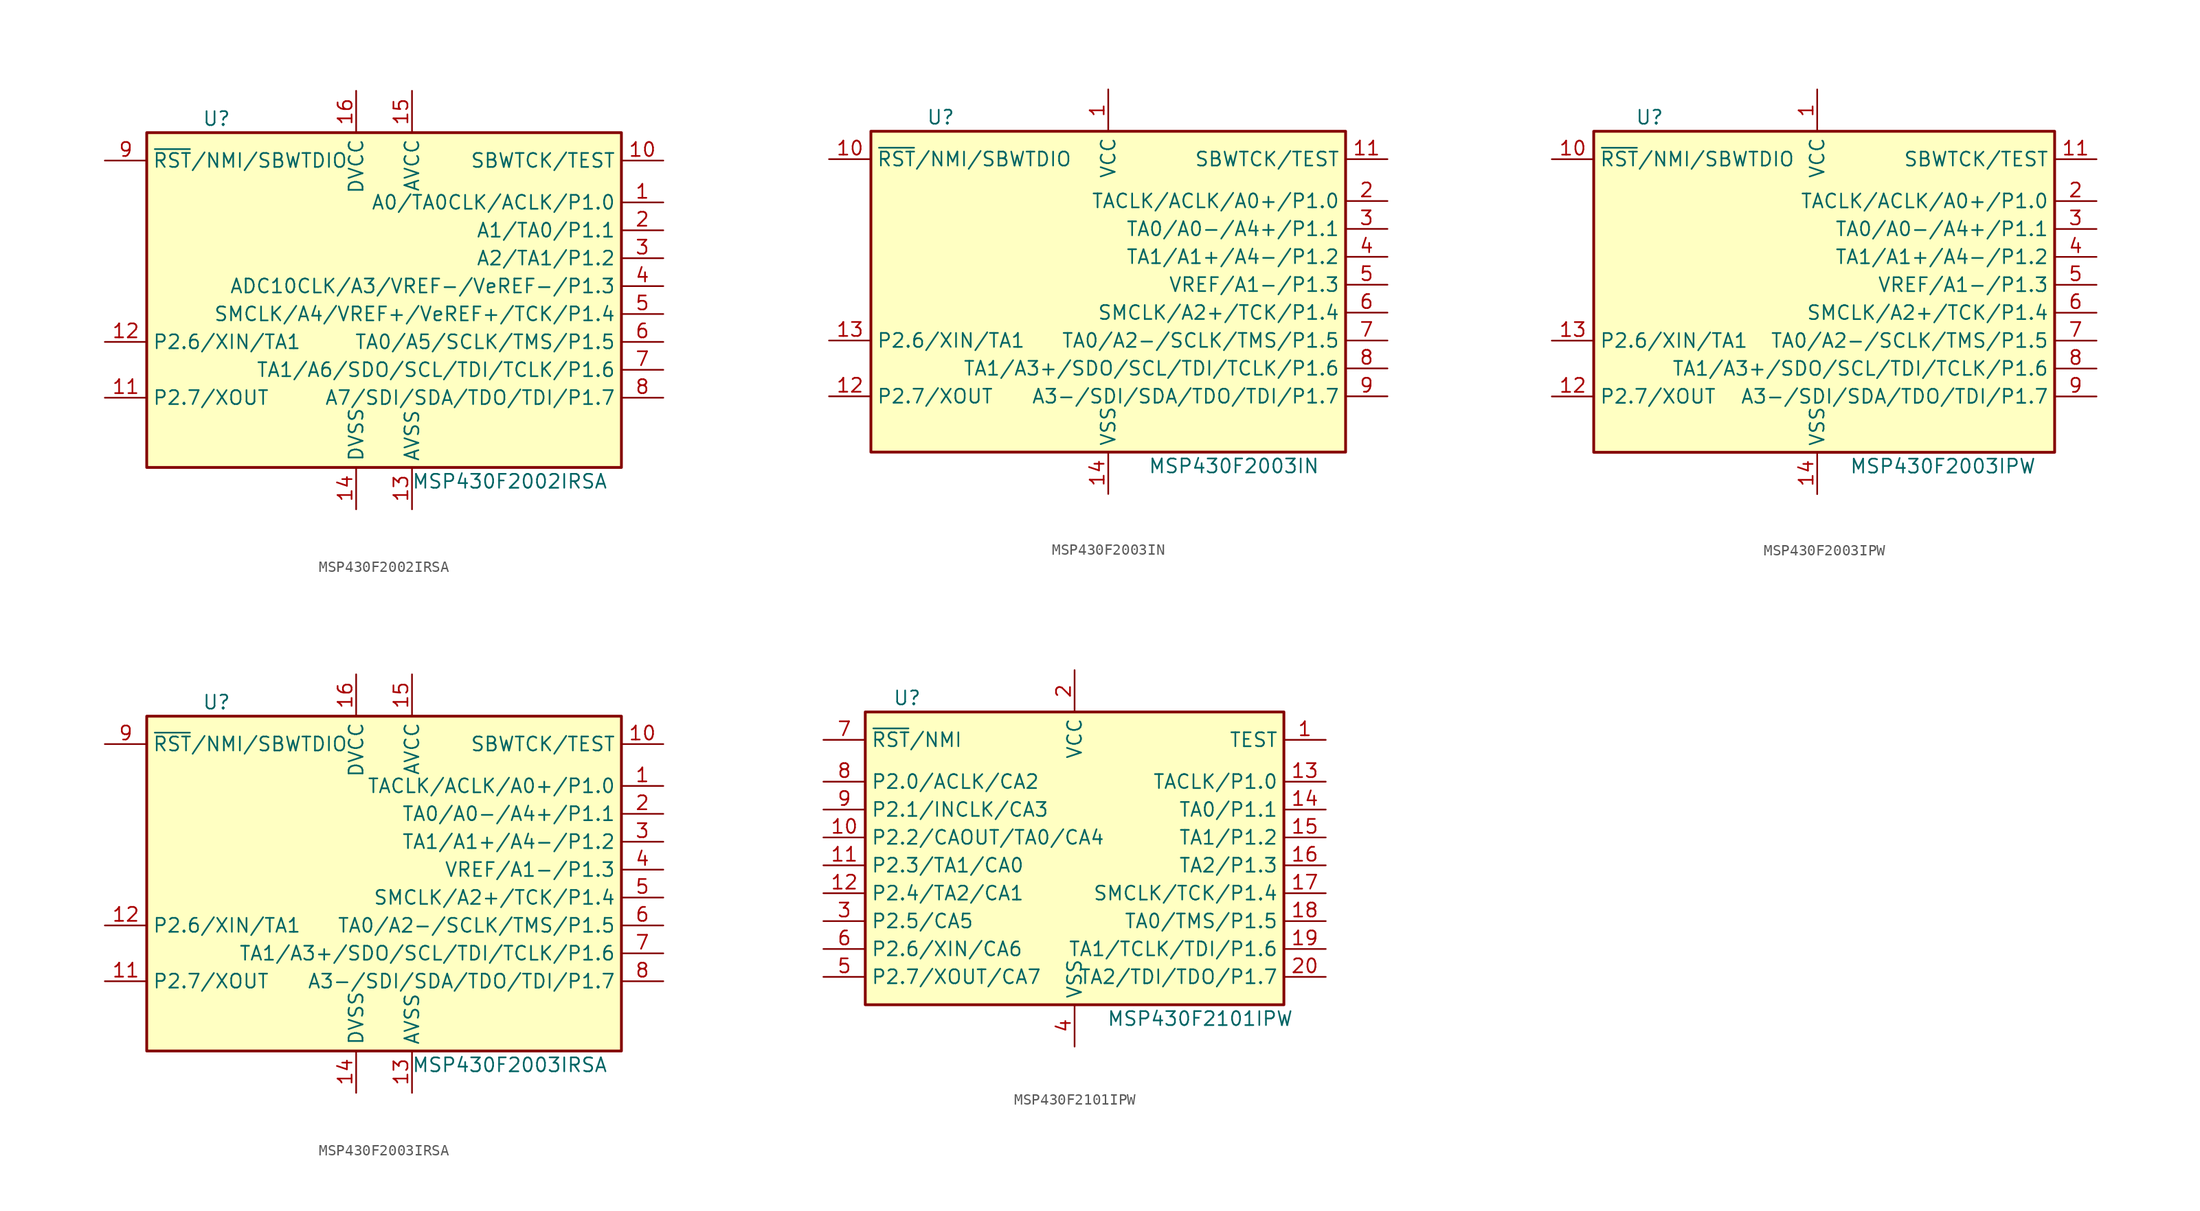
<source format=kicad_sym>
(kicad_symbol_lib
  (version 20201005)
  (generator kicad_symbol_editor)
  (symbol "MSP430F2002IRSA"
    (property "Reference" "U"
      (at -15.24 15.24 0)
      (effects (font (size 1.27 1.27))))
    (property "Value" "MSP430F2002IRSA"
      (at 11.43 -17.78 0)
      (effects (font (size 1.27 1.27))))
    (symbol "MSP430F2002IRSA_0_1"
      (rectangle (start -21.59 13.97) (end 21.59 -16.51) (stroke (width 0.254)) (fill (type background))))
    (symbol "MSP430F2002IRSA_1_1"
      (pin bidirectional line (at 25.4 7.62 180) (length 3.81) (name "A0/TA0CLK/ACLK/P1.0" (effects (font (size 1.27 1.27)))) (number "1" (effects (font (size 1.27 1.27)))))
      (pin input line (at 25.4 11.43 180) (length 3.81) (name "SBWTCK/TEST" (effects (font (size 1.27 1.27)))) (number "10" (effects (font (size 1.27 1.27)))))
      (pin bidirectional line (at -25.4 -10.16 0) (length 3.81) (name "P2.7/XOUT" (effects (font (size 1.27 1.27)))) (number "11" (effects (font (size 1.27 1.27)))))
      (pin bidirectional line (at -25.4 -5.08 0) (length 3.81) (name "P2.6/XIN/TA1" (effects (font (size 1.27 1.27)))) (number "12" (effects (font (size 1.27 1.27)))))
      (pin power_in line (at 2.54 -20.32 90) (length 3.81) (name "AVSS" (effects (font (size 1.27 1.27)))) (number "13" (effects (font (size 1.27 1.27)))))
      (pin power_in line (at -2.54 -20.32 90) (length 3.81) (name "DVSS" (effects (font (size 1.27 1.27)))) (number "14" (effects (font (size 1.27 1.27)))))
      (pin power_in line (at 2.54 17.78 270) (length 3.81) (name "AVCC" (effects (font (size 1.27 1.27)))) (number "15" (effects (font (size 1.27 1.27)))))
      (pin power_in line (at -2.54 17.78 270) (length 3.81) (name "DVCC" (effects (font (size 1.27 1.27)))) (number "16" (effects (font (size 1.27 1.27)))))
      (pin bidirectional line (at 25.4 5.08 180) (length 3.81) (name "A1/TA0/P1.1" (effects (font (size 1.27 1.27)))) (number "2" (effects (font (size 1.27 1.27)))))
      (pin bidirectional line (at 25.4 2.54 180) (length 3.81) (name "A2/TA1/P1.2" (effects (font (size 1.27 1.27)))) (number "3" (effects (font (size 1.27 1.27)))))
      (pin bidirectional line (at 25.4 0 180) (length 3.81) (name "ADC10CLK/A3/VREF-/VeREF-/P1.3" (effects (font (size 1.27 1.27)))) (number "4" (effects (font (size 1.27 1.27)))))
      (pin bidirectional line (at 25.4 -2.54 180) (length 3.81) (name "SMCLK/A4/VREF+/VeREF+/TCK/P1.4" (effects (font (size 1.27 1.27)))) (number "5" (effects (font (size 1.27 1.27)))))
      (pin bidirectional line (at 25.4 -5.08 180) (length 3.81) (name "TA0/A5/SCLK/TMS/P1.5" (effects (font (size 1.27 1.27)))) (number "6" (effects (font (size 1.27 1.27)))))
      (pin bidirectional line (at 25.4 -7.62 180) (length 3.81) (name "TA1/A6/SDO/SCL/TDI/TCLK/P1.6" (effects (font (size 1.27 1.27)))) (number "7" (effects (font (size 1.27 1.27)))))
      (pin bidirectional line (at 25.4 -10.16 180) (length 3.81) (name "A7/SDI/SDA/TDO/TDI/P1.7" (effects (font (size 1.27 1.27)))) (number "8" (effects (font (size 1.27 1.27)))))
      (pin input line (at -25.4 11.43 0) (length 3.81) (name "~RST~/NMI/SBWTDIO" (effects (font (size 1.27 1.27)))) (number "9" (effects (font (size 1.27 1.27)))))))
  (symbol "MSP430F2003IN"
    (property "Reference" "U"
      (at -15.24 15.24 0)
      (effects (font (size 1.27 1.27))))
    (property "Value" "MSP430F2003IN"
      (at 11.43 -16.51 0)
      (effects (font (size 1.27 1.27))))
    (symbol "MSP430F2003IN_0_1"
      (rectangle (start -21.59 13.97) (end 21.59 -15.24) (stroke (width 0.254)) (fill (type background))))
    (symbol "MSP430F2003IN_1_1"
      (pin power_in line (at 0 17.78 270) (length 3.81) (name "VCC" (effects (font (size 1.27 1.27)))) (number "1" (effects (font (size 1.27 1.27)))))
      (pin input line (at -25.4 11.43 0) (length 3.81) (name "~RST~/NMI/SBWTDIO" (effects (font (size 1.27 1.27)))) (number "10" (effects (font (size 1.27 1.27)))))
      (pin input line (at 25.4 11.43 180) (length 3.81) (name "SBWTCK/TEST" (effects (font (size 1.27 1.27)))) (number "11" (effects (font (size 1.27 1.27)))))
      (pin bidirectional line (at -25.4 -10.16 0) (length 3.81) (name "P2.7/XOUT" (effects (font (size 1.27 1.27)))) (number "12" (effects (font (size 1.27 1.27)))))
      (pin bidirectional line (at -25.4 -5.08 0) (length 3.81) (name "P2.6/XIN/TA1" (effects (font (size 1.27 1.27)))) (number "13" (effects (font (size 1.27 1.27)))))
      (pin power_in line (at 0 -19.05 90) (length 3.81) (name "VSS" (effects (font (size 1.27 1.27)))) (number "14" (effects (font (size 1.27 1.27)))))
      (pin bidirectional line (at 25.4 7.62 180) (length 3.81) (name "TACLK/ACLK/A0+/P1.0" (effects (font (size 1.27 1.27)))) (number "2" (effects (font (size 1.27 1.27)))))
      (pin bidirectional line (at 25.4 5.08 180) (length 3.81) (name "TA0/A0-/A4+/P1.1" (effects (font (size 1.27 1.27)))) (number "3" (effects (font (size 1.27 1.27)))))
      (pin bidirectional line (at 25.4 2.54 180) (length 3.81) (name "TA1/A1+/A4-/P1.2" (effects (font (size 1.27 1.27)))) (number "4" (effects (font (size 1.27 1.27)))))
      (pin bidirectional line (at 25.4 0 180) (length 3.81) (name "VREF/A1-/P1.3" (effects (font (size 1.27 1.27)))) (number "5" (effects (font (size 1.27 1.27)))))
      (pin bidirectional line (at 25.4 -2.54 180) (length 3.81) (name "SMCLK/A2+/TCK/P1.4" (effects (font (size 1.27 1.27)))) (number "6" (effects (font (size 1.27 1.27)))))
      (pin bidirectional line (at 25.4 -5.08 180) (length 3.81) (name "TA0/A2-/SCLK/TMS/P1.5" (effects (font (size 1.27 1.27)))) (number "7" (effects (font (size 1.27 1.27)))))
      (pin bidirectional line (at 25.4 -7.62 180) (length 3.81) (name "TA1/A3+/SDO/SCL/TDI/TCLK/P1.6" (effects (font (size 1.27 1.27)))) (number "8" (effects (font (size 1.27 1.27)))))
      (pin bidirectional line (at 25.4 -10.16 180) (length 3.81) (name "A3-/SDI/SDA/TDO/TDI/P1.7" (effects (font (size 1.27 1.27)))) (number "9" (effects (font (size 1.27 1.27)))))))
  (symbol "MSP430F2003IPW"
    (property "Reference" "U"
      (at -15.24 15.24 0)
      (effects (font (size 1.27 1.27))))
    (property "Value" "MSP430F2003IPW"
      (at 11.43 -16.51 0)
      (effects (font (size 1.27 1.27))))
    (symbol "MSP430F2003IPW_0_1"
      (rectangle (start -20.32 13.97) (end 21.59 -15.24) (stroke (width 0.254)) (fill (type background))))
    (symbol "MSP430F2003IPW_1_1"
      (pin power_in line (at 0 17.78 270) (length 3.81) (name "VCC" (effects (font (size 1.27 1.27)))) (number "1" (effects (font (size 1.27 1.27)))))
      (pin input line (at -24.13 11.43 0) (length 3.81) (name "~RST~/NMI/SBWTDIO" (effects (font (size 1.27 1.27)))) (number "10" (effects (font (size 1.27 1.27)))))
      (pin input line (at 25.4 11.43 180) (length 3.81) (name "SBWTCK/TEST" (effects (font (size 1.27 1.27)))) (number "11" (effects (font (size 1.27 1.27)))))
      (pin bidirectional line (at -24.13 -10.16 0) (length 3.81) (name "P2.7/XOUT" (effects (font (size 1.27 1.27)))) (number "12" (effects (font (size 1.27 1.27)))))
      (pin bidirectional line (at -24.13 -5.08 0) (length 3.81) (name "P2.6/XIN/TA1" (effects (font (size 1.27 1.27)))) (number "13" (effects (font (size 1.27 1.27)))))
      (pin power_in line (at 0 -19.05 90) (length 3.81) (name "VSS" (effects (font (size 1.27 1.27)))) (number "14" (effects (font (size 1.27 1.27)))))
      (pin bidirectional line (at 25.4 7.62 180) (length 3.81) (name "TACLK/ACLK/A0+/P1.0" (effects (font (size 1.27 1.27)))) (number "2" (effects (font (size 1.27 1.27)))))
      (pin bidirectional line (at 25.4 5.08 180) (length 3.81) (name "TA0/A0-/A4+/P1.1" (effects (font (size 1.27 1.27)))) (number "3" (effects (font (size 1.27 1.27)))))
      (pin bidirectional line (at 25.4 2.54 180) (length 3.81) (name "TA1/A1+/A4-/P1.2" (effects (font (size 1.27 1.27)))) (number "4" (effects (font (size 1.27 1.27)))))
      (pin bidirectional line (at 25.4 0 180) (length 3.81) (name "VREF/A1-/P1.3" (effects (font (size 1.27 1.27)))) (number "5" (effects (font (size 1.27 1.27)))))
      (pin bidirectional line (at 25.4 -2.54 180) (length 3.81) (name "SMCLK/A2+/TCK/P1.4" (effects (font (size 1.27 1.27)))) (number "6" (effects (font (size 1.27 1.27)))))
      (pin bidirectional line (at 25.4 -5.08 180) (length 3.81) (name "TA0/A2-/SCLK/TMS/P1.5" (effects (font (size 1.27 1.27)))) (number "7" (effects (font (size 1.27 1.27)))))
      (pin bidirectional line (at 25.4 -7.62 180) (length 3.81) (name "TA1/A3+/SDO/SCL/TDI/TCLK/P1.6" (effects (font (size 1.27 1.27)))) (number "8" (effects (font (size 1.27 1.27)))))
      (pin bidirectional line (at 25.4 -10.16 180) (length 3.81) (name "A3-/SDI/SDA/TDO/TDI/P1.7" (effects (font (size 1.27 1.27)))) (number "9" (effects (font (size 1.27 1.27)))))))
  (symbol "MSP430F2003IRSA"
    (property "Reference" "U"
      (at -15.24 15.24 0)
      (effects (font (size 1.27 1.27))))
    (property "Value" "MSP430F2003IRSA"
      (at 11.43 -17.78 0)
      (effects (font (size 1.27 1.27))))
    (symbol "MSP430F2003IRSA_0_1"
      (rectangle (start -21.59 13.97) (end 21.59 -16.51) (stroke (width 0.254)) (fill (type background))))
    (symbol "MSP430F2003IRSA_1_1"
      (pin bidirectional line (at 25.4 7.62 180) (length 3.81) (name "TACLK/ACLK/A0+/P1.0" (effects (font (size 1.27 1.27)))) (number "1" (effects (font (size 1.27 1.27)))))
      (pin input line (at 25.4 11.43 180) (length 3.81) (name "SBWTCK/TEST" (effects (font (size 1.27 1.27)))) (number "10" (effects (font (size 1.27 1.27)))))
      (pin bidirectional line (at -25.4 -10.16 0) (length 3.81) (name "P2.7/XOUT" (effects (font (size 1.27 1.27)))) (number "11" (effects (font (size 1.27 1.27)))))
      (pin bidirectional line (at -25.4 -5.08 0) (length 3.81) (name "P2.6/XIN/TA1" (effects (font (size 1.27 1.27)))) (number "12" (effects (font (size 1.27 1.27)))))
      (pin power_in line (at 2.54 -20.32 90) (length 3.81) (name "AVSS" (effects (font (size 1.27 1.27)))) (number "13" (effects (font (size 1.27 1.27)))))
      (pin power_in line (at -2.54 -20.32 90) (length 3.81) (name "DVSS" (effects (font (size 1.27 1.27)))) (number "14" (effects (font (size 1.27 1.27)))))
      (pin power_in line (at 2.54 17.78 270) (length 3.81) (name "AVCC" (effects (font (size 1.27 1.27)))) (number "15" (effects (font (size 1.27 1.27)))))
      (pin power_in line (at -2.54 17.78 270) (length 3.81) (name "DVCC" (effects (font (size 1.27 1.27)))) (number "16" (effects (font (size 1.27 1.27)))))
      (pin bidirectional line (at 25.4 5.08 180) (length 3.81) (name "TA0/A0-/A4+/P1.1" (effects (font (size 1.27 1.27)))) (number "2" (effects (font (size 1.27 1.27)))))
      (pin bidirectional line (at 25.4 2.54 180) (length 3.81) (name "TA1/A1+/A4-/P1.2" (effects (font (size 1.27 1.27)))) (number "3" (effects (font (size 1.27 1.27)))))
      (pin bidirectional line (at 25.4 0 180) (length 3.81) (name "VREF/A1-/P1.3" (effects (font (size 1.27 1.27)))) (number "4" (effects (font (size 1.27 1.27)))))
      (pin bidirectional line (at 25.4 -2.54 180) (length 3.81) (name "SMCLK/A2+/TCK/P1.4" (effects (font (size 1.27 1.27)))) (number "5" (effects (font (size 1.27 1.27)))))
      (pin bidirectional line (at 25.4 -5.08 180) (length 3.81) (name "TA0/A2-/SCLK/TMS/P1.5" (effects (font (size 1.27 1.27)))) (number "6" (effects (font (size 1.27 1.27)))))
      (pin bidirectional line (at 25.4 -7.62 180) (length 3.81) (name "TA1/A3+/SDO/SCL/TDI/TCLK/P1.6" (effects (font (size 1.27 1.27)))) (number "7" (effects (font (size 1.27 1.27)))))
      (pin bidirectional line (at 25.4 -10.16 180) (length 3.81) (name "A3-/SDI/SDA/TDO/TDI/P1.7" (effects (font (size 1.27 1.27)))) (number "8" (effects (font (size 1.27 1.27)))))
      (pin input line (at -25.4 11.43 0) (length 3.81) (name "~RST~/NMI/SBWTDIO" (effects (font (size 1.27 1.27)))) (number "9" (effects (font (size 1.27 1.27)))))))
  (symbol "MSP430F2101IPW"
    (property "Reference" "U"
      (at -15.24 15.24 0)
      (effects (font (size 1.27 1.27))))
    (property "Value" "MSP430F2101IPW"
      (at 11.43 -13.97 0)
      (effects (font (size 1.27 1.27))))
    (symbol "MSP430F2101IPW_0_1"
      (rectangle (start -19.05 13.97) (end 19.05 -12.7) (stroke (width 0.254)) (fill (type background))))
    (symbol "MSP430F2101IPW_1_1"
      (pin input line (at 22.86 11.43 180) (length 3.81) (name "TEST" (effects (font (size 1.27 1.27)))) (number "1" (effects (font (size 1.27 1.27)))))
      (pin bidirectional line (at -22.86 2.54 0) (length 3.81) (name "P2.2/CAOUT/TA0/CA4" (effects (font (size 1.27 1.27)))) (number "10" (effects (font (size 1.27 1.27)))))
      (pin bidirectional line (at -22.86 0 0) (length 3.81) (name "P2.3/TA1/CA0" (effects (font (size 1.27 1.27)))) (number "11" (effects (font (size 1.27 1.27)))))
      (pin bidirectional line (at -22.86 -2.54 0) (length 3.81) (name "P2.4/TA2/CA1" (effects (font (size 1.27 1.27)))) (number "12" (effects (font (size 1.27 1.27)))))
      (pin bidirectional line (at 22.86 7.62 180) (length 3.81) (name "TACLK/P1.0" (effects (font (size 1.27 1.27)))) (number "13" (effects (font (size 1.27 1.27)))))
      (pin bidirectional line (at 22.86 5.08 180) (length 3.81) (name "TA0/P1.1" (effects (font (size 1.27 1.27)))) (number "14" (effects (font (size 1.27 1.27)))))
      (pin bidirectional line (at 22.86 2.54 180) (length 3.81) (name "TA1/P1.2" (effects (font (size 1.27 1.27)))) (number "15" (effects (font (size 1.27 1.27)))))
      (pin bidirectional line (at 22.86 0 180) (length 3.81) (name "TA2/P1.3" (effects (font (size 1.27 1.27)))) (number "16" (effects (font (size 1.27 1.27)))))
      (pin bidirectional line (at 22.86 -2.54 180) (length 3.81) (name "SMCLK/TCK/P1.4" (effects (font (size 1.27 1.27)))) (number "17" (effects (font (size 1.27 1.27)))))
      (pin bidirectional line (at 22.86 -5.08 180) (length 3.81) (name "TA0/TMS/P1.5" (effects (font (size 1.27 1.27)))) (number "18" (effects (font (size 1.27 1.27)))))
      (pin bidirectional line (at 22.86 -7.62 180) (length 3.81) (name "TA1/TCLK/TDI/P1.6" (effects (font (size 1.27 1.27)))) (number "19" (effects (font (size 1.27 1.27)))))
      (pin power_in line (at 0 17.78 270) (length 3.81) (name "VCC" (effects (font (size 1.27 1.27)))) (number "2" (effects (font (size 1.27 1.27)))))
      (pin bidirectional line (at 22.86 -10.16 180) (length 3.81) (name "TA2/TDI/TDO/P1.7" (effects (font (size 1.27 1.27)))) (number "20" (effects (font (size 1.27 1.27)))))
      (pin bidirectional line (at -22.86 -5.08 0) (length 3.81) (name "P2.5/CA5" (effects (font (size 1.27 1.27)))) (number "3" (effects (font (size 1.27 1.27)))))
      (pin power_in line (at 0 -16.51 90) (length 3.81) (name "VSS" (effects (font (size 1.27 1.27)))) (number "4" (effects (font (size 1.27 1.27)))))
      (pin bidirectional line (at -22.86 -10.16 0) (length 3.81) (name "P2.7/XOUT/CA7" (effects (font (size 1.27 1.27)))) (number "5" (effects (font (size 1.27 1.27)))))
      (pin bidirectional line (at -22.86 -7.62 0) (length 3.81) (name "P2.6/XIN/CA6" (effects (font (size 1.27 1.27)))) (number "6" (effects (font (size 1.27 1.27)))))
      (pin input line (at -22.86 11.43 0) (length 3.81) (name "~RST~/NMI" (effects (font (size 1.27 1.27)))) (number "7" (effects (font (size 1.27 1.27)))))
      (pin bidirectional line (at -22.86 7.62 0) (length 3.81) (name "P2.0/ACLK/CA2" (effects (font (size 1.27 1.27)))) (number "8" (effects (font (size 1.27 1.27)))))
      (pin bidirectional line (at -22.86 5.08 0) (length 3.81) (name "P2.1/INCLK/CA3" (effects (font (size 1.27 1.27)))) (number "9" (effects (font (size 1.27 1.27))))))))
</source>
